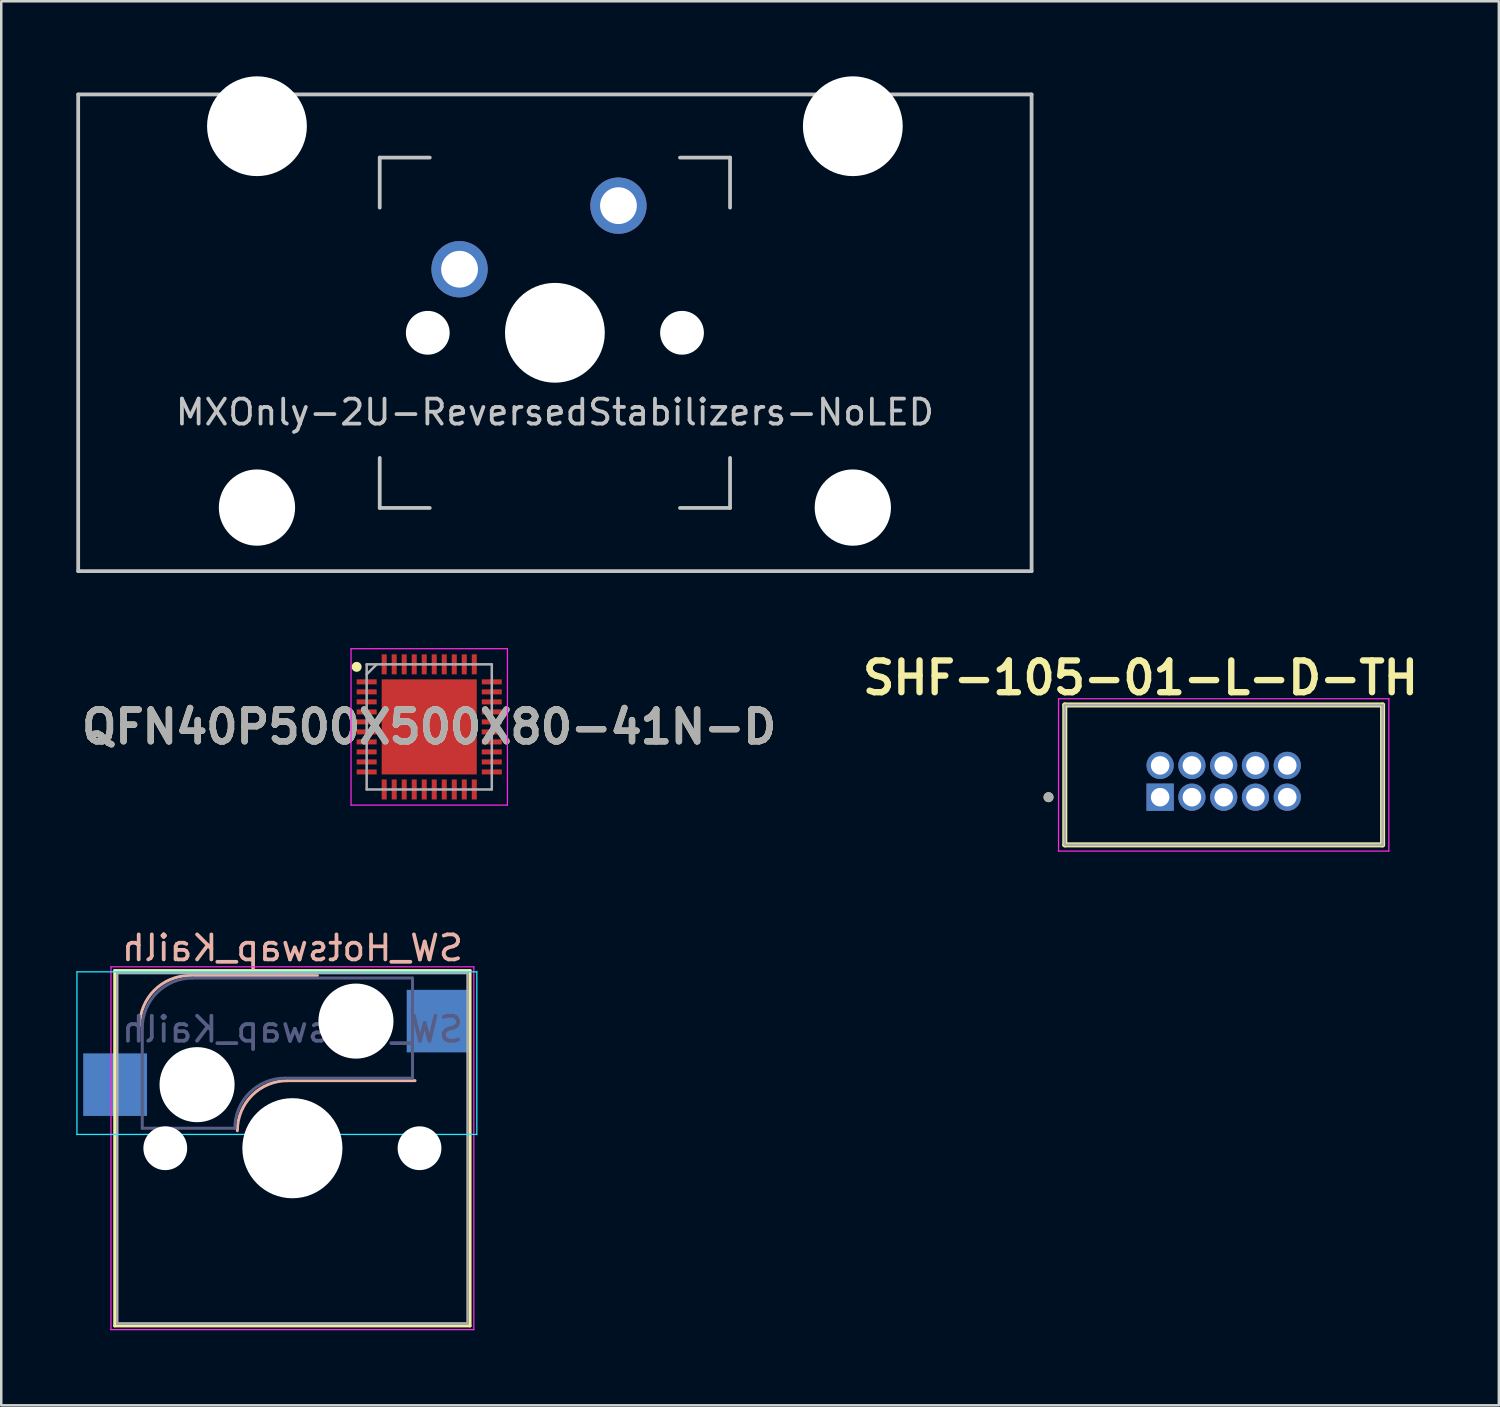
<source format=kicad_pcb>
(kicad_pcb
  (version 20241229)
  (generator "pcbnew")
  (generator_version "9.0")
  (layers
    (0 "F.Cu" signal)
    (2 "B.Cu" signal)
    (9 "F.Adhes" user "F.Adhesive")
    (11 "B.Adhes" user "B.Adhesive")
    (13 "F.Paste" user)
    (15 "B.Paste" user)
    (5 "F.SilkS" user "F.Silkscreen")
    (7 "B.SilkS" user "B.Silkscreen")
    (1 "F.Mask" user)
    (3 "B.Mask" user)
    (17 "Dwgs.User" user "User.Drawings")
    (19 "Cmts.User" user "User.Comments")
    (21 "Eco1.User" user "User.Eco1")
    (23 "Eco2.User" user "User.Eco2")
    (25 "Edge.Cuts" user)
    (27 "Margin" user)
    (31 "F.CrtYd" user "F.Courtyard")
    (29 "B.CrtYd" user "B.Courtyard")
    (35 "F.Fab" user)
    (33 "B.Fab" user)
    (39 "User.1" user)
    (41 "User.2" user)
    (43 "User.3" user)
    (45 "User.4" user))
  (footprint "SW_Hotswap_Kailh"
    (layer "F.Cu")
    (at 8.635 42.836)
    (property "Reference" "SW_Hotswap_Kailh" (at 0 -8 0) (layer "B.SilkS") (effects (font (size 1 1) (thickness 0.15)) (justify mirror)))
    (attr smd)
    (fp_line (start -7.1 -7.1) (end -7.1 7.1) (stroke (width 0.12) (type solid)) (layer "F.SilkS"))
    (fp_line (start -7.1 7.1) (end 7.1 7.1) (stroke (width 0.12) (type solid)) (layer "F.SilkS"))
    (fp_line (start 7.1 -7.1) (end -7.1 -7.1) (stroke (width 0.12) (type solid)) (layer "F.SilkS"))
    (fp_line (start 7.1 7.1) (end 7.1 -7.1) (stroke (width 0.12) (type solid)) (layer "F.SilkS"))
    (fp_line (start -4.1 -6.9) (end 1 -6.9) (stroke (width 0.12) (type solid)) (layer "B.SilkS"))
    (fp_line (start -0.2 -2.7) (end 4.9 -2.7) (stroke (width 0.12) (type solid)) (layer "B.SilkS"))
    (fp_arc (start -6.1 -4.9) (mid -5.514214 -6.314214) (end -4.1 -6.9) (stroke (width 0.12) (type solid)) (layer "B.SilkS"))
    (fp_arc (start -2.2 -0.7) (mid -1.614214 -2.114214) (end -0.2 -2.7) (stroke (width 0.12) (type solid)) (layer "B.SilkS"))
    (fp_line (start -8.61 -7.05) (end -8.61 -0.55) (stroke (width 0.05) (type solid)) (layer "B.CrtYd"))
    (fp_line (start -8.61 -0.55) (end 7.37 -0.55) (stroke (width 0.05) (type solid)) (layer "B.CrtYd"))
    (fp_line (start 7.37 -7.05) (end -8.61 -7.05) (stroke (width 0.05) (type solid)) (layer "B.CrtYd"))
    (fp_line (start 7.37 -0.55) (end 7.37 -7.05) (stroke (width 0.05) (type solid)) (layer "B.CrtYd"))
    (fp_line (start -7.25 -7.25) (end -7.25 7.25) (stroke (width 0.05) (type solid)) (layer "F.CrtYd"))
    (fp_line (start -7.25 7.25) (end 7.25 7.25) (stroke (width 0.05) (type solid)) (layer "F.CrtYd"))
    (fp_line (start 7.25 -7.25) (end -7.25 -7.25) (stroke (width 0.05) (type solid)) (layer "F.CrtYd"))
    (fp_line (start 7.25 7.25) (end 7.25 -7.25) (stroke (width 0.05) (type solid)) (layer "F.CrtYd"))
    (fp_line (start -6 -0.8) (end -6 -4.8) (stroke (width 0.12) (type solid)) (layer "B.Fab"))
    (fp_line (start -6 -0.8) (end -2.3 -0.8) (stroke (width 0.12) (type solid)) (layer "B.Fab"))
    (fp_line (start -4 -6.8) (end 4.8 -6.8) (stroke (width 0.12) (type solid)) (layer "B.Fab"))
    (fp_line (start -0.3 -2.8) (end 4.8 -2.8) (stroke (width 0.12) (type solid)) (layer "B.Fab"))
    (fp_line (start 4.8 -6.8) (end 4.8 -2.8) (stroke (width 0.12) (type solid)) (layer "B.Fab"))
    (fp_arc (start -6 -4.8) (mid -5.414214 -6.214214) (end -4 -6.8) (stroke (width 0.12) (type solid)) (layer "B.Fab"))
    (fp_arc (start -2.3 -0.8) (mid -1.714214 -2.214214) (end -0.3 -2.8) (stroke (width 0.12) (type solid)) (layer "B.Fab"))
    (fp_line (start -7 -7) (end -7 7) (stroke (width 0.1) (type solid)) (layer "F.Fab"))
    (fp_line (start -7 7) (end 7 7) (stroke (width 0.1) (type solid)) (layer "F.Fab"))
    (fp_line (start 7 -7) (end -7 -7) (stroke (width 0.1) (type solid)) (layer "F.Fab"))
    (fp_line (start 7 7) (end 7 -7) (stroke (width 0.1) (type solid)) (layer "F.Fab"))
    (fp_text user "${REFERENCE}" (at 0 -4.75 0) (layer "B.Fab") (effects (font (size 1 1) (thickness 0.15)) (justify mirror)))
    (pad "" np_thru_hole circle (at -5.08 0) (size 1.75 1.75) (drill 1.75) (layers "*.Cu" "*.Mask"))
    (pad "" np_thru_hole circle (at -3.81 -2.54) (size 3 3) (drill 3) (layers "*.Cu" "*.Mask"))
    (pad "" np_thru_hole circle (at 0 0) (size 4 4) (drill 4) (layers "*.Cu" "*.Mask"))
    (pad "" np_thru_hole circle (at 2.54 -5.08) (size 3 3) (drill 3) (layers "*.Cu" "*.Mask"))
    (pad "" np_thru_hole circle (at 5.08 0) (size 1.75 1.75) (drill 1.75) (layers "*.Cu" "*.Mask"))
    (pad "1" smd rect (at -7.085 -2.54) (size 2.55 2.5) (layers "B.Cu" "B.Mask" "B.Paste"))
    (pad "2" smd rect (at 5.842 -5.08) (size 2.55 2.5) (layers "B.Cu" "B.Mask" "B.Paste")))
  (footprint "SHF-105-01-L-D-TH"
    (layer "F.Cu")
    (at 45.852 28.173)
    (property "Reference" "SHF-105-01-L-D-TH" (at -3.325 -4.135 0) (layer "F.SilkS") (effects (font (size 1.27 1.27) (thickness 0.254))))
    (attr through_hole)
    (fp_line (start -6.35 2.54) (end -6.35 -3.05) (stroke (width 0.2) (type solid)) (layer "F.SilkS"))
    (fp_line (start 6.35 -3.05) (end -6.35 -3.05) (stroke (width 0.2) (type solid)) (layer "F.SilkS"))
    (fp_line (start 6.35 -3.05) (end 6.35 2.54) (stroke (width 0.2) (type solid)) (layer "F.SilkS"))
    (fp_line (start 6.35 2.54) (end -6.35 2.54) (stroke (width 0.2) (type solid)) (layer "F.SilkS"))
    (fp_circle (center -7 0.635) (end -6.9 0.635) (stroke (width 0.2) (type solid)) (fill no) (layer "F.SilkS"))
    (fp_line (start -6.6 -3.3) (end 6.6 -3.3) (stroke (width 0.05) (type solid)) (layer "F.CrtYd"))
    (fp_line (start -6.6 2.79) (end -6.6 -3.3) (stroke (width 0.05) (type solid)) (layer "F.CrtYd"))
    (fp_line (start 6.6 -3.3) (end 6.6 2.79) (stroke (width 0.05) (type solid)) (layer "F.CrtYd"))
    (fp_line (start 6.6 2.79) (end -6.6 2.79) (stroke (width 0.05) (type solid)) (layer "F.CrtYd"))
    (fp_line (start -6.35 -3.05) (end 6.35 -3.05) (stroke (width 0.1) (type solid)) (layer "F.Fab"))
    (fp_line (start -6.35 2.54) (end -6.35 -3.05) (stroke (width 0.1) (type solid)) (layer "F.Fab"))
    (fp_line (start 6.35 -3.05) (end 6.35 2.54) (stroke (width 0.1) (type solid)) (layer "F.Fab"))
    (fp_line (start 6.35 2.54) (end -6.35 2.54) (stroke (width 0.1) (type solid)) (layer "F.Fab"))
    (fp_circle (center -7 0.635) (end -6.9 0.635) (stroke (width 0.2) (type solid)) (fill no) (layer "F.Fab"))
    (pad "1" thru_hole rect (at -2.54 0.635) (size 1.09 1.09) (drill 0.74) (layers "*.Cu" "*.Mask"))
    (pad "2" thru_hole circle (at -2.54 -0.635) (size 1.09 1.09) (drill 0.74) (layers "*.Cu" "*.Mask"))
    (pad "3" thru_hole circle (at -1.27 0.635) (size 1.09 1.09) (drill 0.74) (layers "*.Cu" "*.Mask"))
    (pad "4" thru_hole circle (at -1.27 -0.635) (size 1.09 1.09) (drill 0.74) (layers "*.Cu" "*.Mask"))
    (pad "5" thru_hole circle (at 0 0.635) (size 1.09 1.09) (drill 0.74) (layers "*.Cu" "*.Mask"))
    (pad "6" thru_hole circle (at 0 -0.635) (size 1.09 1.09) (drill 0.74) (layers "*.Cu" "*.Mask"))
    (pad "7" thru_hole circle (at 1.27 0.635) (size 1.09 1.09) (drill 0.74) (layers "*.Cu" "*.Mask"))
    (pad "8" thru_hole circle (at 1.27 -0.635) (size 1.09 1.09) (drill 0.74) (layers "*.Cu" "*.Mask"))
    (pad "9" thru_hole circle (at 2.54 0.635) (size 1.09 1.09) (drill 0.74) (layers "*.Cu" "*.Mask"))
    (pad "10" thru_hole circle (at 2.54 -0.635) (size 1.09 1.09) (drill 0.74) (layers "*.Cu" "*.Mask")))
  (footprint "MXOnly-2U-ReversedStabilizers-NoLED"
    (layer "F.Cu")
    (at 19.125 10.249)
    (property "Reference" "MXOnly-2U-ReversedStabilizers-NoLED" (at 0 3.175 0) (layer "Dwgs.User") (effects (font (size 1 1) (thickness 0.15))))
    (attr through_hole)
    (fp_line (start -19.05 -9.525) (end 19.05 -9.525) (stroke (width 0.15) (type solid)) (layer "Dwgs.User"))
    (fp_line (start -19.05 9.525) (end -19.05 -9.525) (stroke (width 0.15) (type solid)) (layer "Dwgs.User"))
    (fp_line (start -19.05 9.525) (end 19.05 9.525) (stroke (width 0.15) (type solid)) (layer "Dwgs.User"))
    (fp_line (start -7 -7) (end -7 -5) (stroke (width 0.15) (type solid)) (layer "Dwgs.User"))
    (fp_line (start -7 5) (end -7 7) (stroke (width 0.15) (type solid)) (layer "Dwgs.User"))
    (fp_line (start -7 7) (end -5 7) (stroke (width 0.15) (type solid)) (layer "Dwgs.User"))
    (fp_line (start -5 -7) (end -7 -7) (stroke (width 0.15) (type solid)) (layer "Dwgs.User"))
    (fp_line (start 5 -7) (end 7 -7) (stroke (width 0.15) (type solid)) (layer "Dwgs.User"))
    (fp_line (start 5 7) (end 7 7) (stroke (width 0.15) (type solid)) (layer "Dwgs.User"))
    (fp_line (start 7 -7) (end 7 -5) (stroke (width 0.15) (type solid)) (layer "Dwgs.User"))
    (fp_line (start 7 7) (end 7 5) (stroke (width 0.15) (type solid)) (layer "Dwgs.User"))
    (fp_line (start 19.05 -9.525) (end 19.05 9.525) (stroke (width 0.15) (type solid)) (layer "Dwgs.User"))
    (pad "" np_thru_hole circle (at -11.906 -8.255) (size 3.988 3.988) (drill 3.988) (layers "*.Cu" "*.Mask"))
    (pad "" np_thru_hole circle (at -11.906 6.985) (size 3.048 3.048) (drill 3.048) (layers "*.Cu" "*.Mask"))
    (pad "" np_thru_hole circle (at -5.08 0 48.1) (size 1.75 1.75) (drill 1.75) (layers "*.Cu" "*.Mask"))
    (pad "" np_thru_hole circle (at 0 0) (size 3.988 3.988) (drill 3.988) (layers "*.Cu" "*.Mask"))
    (pad "" np_thru_hole circle (at 5.08 0 48.1) (size 1.75 1.75) (drill 1.75) (layers "*.Cu" "*.Mask"))
    (pad "" np_thru_hole circle (at 11.906 -8.255) (size 3.988 3.988) (drill 3.988) (layers "*.Cu" "*.Mask"))
    (pad "" np_thru_hole circle (at 11.906 6.985) (size 3.048 3.048) (drill 3.048) (layers "*.Cu" "*.Mask"))
    (pad "1" thru_hole circle (at -3.81 -2.54) (size 2.25 2.25) (drill 1.47) (layers "*.Cu" "B.Mask"))
    (pad "2" thru_hole circle (at 2.54 -5.08) (size 2.25 2.25) (drill 1.47) (layers "*.Cu" "B.Mask")))
  (footprint "QFN40P500X500X80-41N-D"
    (layer "F.Cu")
    (at 14.103 25.999)
    (property "Reference" "QFN40P500X500X80-41N-D" (at 0 0 0) (layer "F.SilkS") (effects (font (size 1.27 1.27) (thickness 0.254))))
    (attr smd)
    (fp_circle (center -2.9 -2.4) (end -2.9 -2.3) (stroke (width 0.2) (type solid)) (fill no) (layer "F.SilkS"))
    (fp_line (start -3.125 -3.125) (end 3.125 -3.125) (stroke (width 0.05) (type solid)) (layer "F.CrtYd"))
    (fp_line (start -3.125 3.125) (end -3.125 -3.125) (stroke (width 0.05) (type solid)) (layer "F.CrtYd"))
    (fp_line (start 3.125 -3.125) (end 3.125 3.125) (stroke (width 0.05) (type solid)) (layer "F.CrtYd"))
    (fp_line (start 3.125 3.125) (end -3.125 3.125) (stroke (width 0.05) (type solid)) (layer "F.CrtYd"))
    (fp_line (start -2.5 -2.5) (end 2.5 -2.5) (stroke (width 0.1) (type solid)) (layer "F.Fab"))
    (fp_line (start -2.5 -2.1) (end -2.1 -2.5) (stroke (width 0.1) (type solid)) (layer "F.Fab"))
    (fp_line (start -2.5 2.5) (end -2.5 -2.5) (stroke (width 0.1) (type solid)) (layer "F.Fab"))
    (fp_line (start 2.5 -2.5) (end 2.5 2.5) (stroke (width 0.1) (type solid)) (layer "F.Fab"))
    (fp_line (start 2.5 2.5) (end -2.5 2.5) (stroke (width 0.1) (type solid)) (layer "F.Fab"))
    (fp_text user "${REFERENCE}" (at 0 0 0) (layer "F.Fab") (effects (font (size 1.27 1.27) (thickness 0.254))))
    (pad "1" smd rect (at -2.5 -1.8 90) (size 0.2 0.8) (layers "F.Cu" "F.Mask" "F.Paste"))
    (pad "2" smd rect (at -2.5 -1.4 90) (size 0.2 0.8) (layers "F.Cu" "F.Mask" "F.Paste"))
    (pad "3" smd rect (at -2.5 -1 90) (size 0.2 0.8) (layers "F.Cu" "F.Mask" "F.Paste"))
    (pad "4" smd rect (at -2.5 -0.6 90) (size 0.2 0.8) (layers "F.Cu" "F.Mask" "F.Paste"))
    (pad "5" smd rect (at -2.5 -0.2 90) (size 0.2 0.8) (layers "F.Cu" "F.Mask" "F.Paste"))
    (pad "6" smd rect (at -2.5 0.2 90) (size 0.2 0.8) (layers "F.Cu" "F.Mask" "F.Paste"))
    (pad "7" smd rect (at -2.5 0.6 90) (size 0.2 0.8) (layers "F.Cu" "F.Mask" "F.Paste"))
    (pad "8" smd rect (at -2.5 1 90) (size 0.2 0.8) (layers "F.Cu" "F.Mask" "F.Paste"))
    (pad "9" smd rect (at -2.5 1.4 90) (size 0.2 0.8) (layers "F.Cu" "F.Mask" "F.Paste"))
    (pad "10" smd rect (at -2.5 1.8 90) (size 0.2 0.8) (layers "F.Cu" "F.Mask" "F.Paste"))
    (pad "11" smd rect (at -1.8 2.5) (size 0.2 0.8) (layers "F.Cu" "F.Mask" "F.Paste"))
    (pad "12" smd rect (at -1.4 2.5) (size 0.2 0.8) (layers "F.Cu" "F.Mask" "F.Paste"))
    (pad "13" smd rect (at -1 2.5) (size 0.2 0.8) (layers "F.Cu" "F.Mask" "F.Paste"))
    (pad "14" smd rect (at -0.6 2.5) (size 0.2 0.8) (layers "F.Cu" "F.Mask" "F.Paste"))
    (pad "15" smd rect (at -0.2 2.5) (size 0.2 0.8) (layers "F.Cu" "F.Mask" "F.Paste"))
    (pad "16" smd rect (at 0.2 2.5) (size 0.2 0.8) (layers "F.Cu" "F.Mask" "F.Paste"))
    (pad "17" smd rect (at 0.6 2.5) (size 0.2 0.8) (layers "F.Cu" "F.Mask" "F.Paste"))
    (pad "18" smd rect (at 1 2.5) (size 0.2 0.8) (layers "F.Cu" "F.Mask" "F.Paste"))
    (pad "19" smd rect (at 1.4 2.5) (size 0.2 0.8) (layers "F.Cu" "F.Mask" "F.Paste"))
    (pad "20" smd rect (at 1.8 2.5) (size 0.2 0.8) (layers "F.Cu" "F.Mask" "F.Paste"))
    (pad "21" smd rect (at 2.5 1.8 90) (size 0.2 0.8) (layers "F.Cu" "F.Mask" "F.Paste"))
    (pad "22" smd rect (at 2.5 1.4 90) (size 0.2 0.8) (layers "F.Cu" "F.Mask" "F.Paste"))
    (pad "23" smd rect (at 2.5 1 90) (size 0.2 0.8) (layers "F.Cu" "F.Mask" "F.Paste"))
    (pad "24" smd rect (at 2.5 0.6 90) (size 0.2 0.8) (layers "F.Cu" "F.Mask" "F.Paste"))
    (pad "25" smd rect (at 2.5 0.2 90) (size 0.2 0.8) (layers "F.Cu" "F.Mask" "F.Paste"))
    (pad "26" smd rect (at 2.5 -0.2 90) (size 0.2 0.8) (layers "F.Cu" "F.Mask" "F.Paste"))
    (pad "27" smd rect (at 2.5 -0.6 90) (size 0.2 0.8) (layers "F.Cu" "F.Mask" "F.Paste"))
    (pad "28" smd rect (at 2.5 -1 90) (size 0.2 0.8) (layers "F.Cu" "F.Mask" "F.Paste"))
    (pad "29" smd rect (at 2.5 -1.4 90) (size 0.2 0.8) (layers "F.Cu" "F.Mask" "F.Paste"))
    (pad "30" smd rect (at 2.5 -1.8 90) (size 0.2 0.8) (layers "F.Cu" "F.Mask" "F.Paste"))
    (pad "31" smd rect (at 1.8 -2.5) (size 0.2 0.8) (layers "F.Cu" "F.Mask" "F.Paste"))
    (pad "32" smd rect (at 1.4 -2.5) (size 0.2 0.8) (layers "F.Cu" "F.Mask" "F.Paste"))
    (pad "33" smd rect (at 1 -2.5) (size 0.2 0.8) (layers "F.Cu" "F.Mask" "F.Paste"))
    (pad "34" smd rect (at 0.6 -2.5) (size 0.2 0.8) (layers "F.Cu" "F.Mask" "F.Paste"))
    (pad "35" smd rect (at 0.2 -2.5) (size 0.2 0.8) (layers "F.Cu" "F.Mask" "F.Paste"))
    (pad "36" smd rect (at -0.2 -2.5) (size 0.2 0.8) (layers "F.Cu" "F.Mask" "F.Paste"))
    (pad "37" smd rect (at -0.6 -2.5) (size 0.2 0.8) (layers "F.Cu" "F.Mask" "F.Paste"))
    (pad "38" smd rect (at -1 -2.5) (size 0.2 0.8) (layers "F.Cu" "F.Mask" "F.Paste"))
    (pad "39" smd rect (at -1.4 -2.5) (size 0.2 0.8) (layers "F.Cu" "F.Mask" "F.Paste"))
    (pad "40" smd rect (at -1.8 -2.5) (size 0.2 0.8) (layers "F.Cu" "F.Mask" "F.Paste"))
    (pad "41" smd rect (at 0 0) (size 3.8 3.8) (layers "F.Cu" "F.Mask" "F.Paste")))
  (gr_rect
    (start -3 -3)
    (end 56.848 53.111)
    (stroke (width 0.1) (type default))
    (fill no)
    (layer "Edge.Cuts")))
</source>
